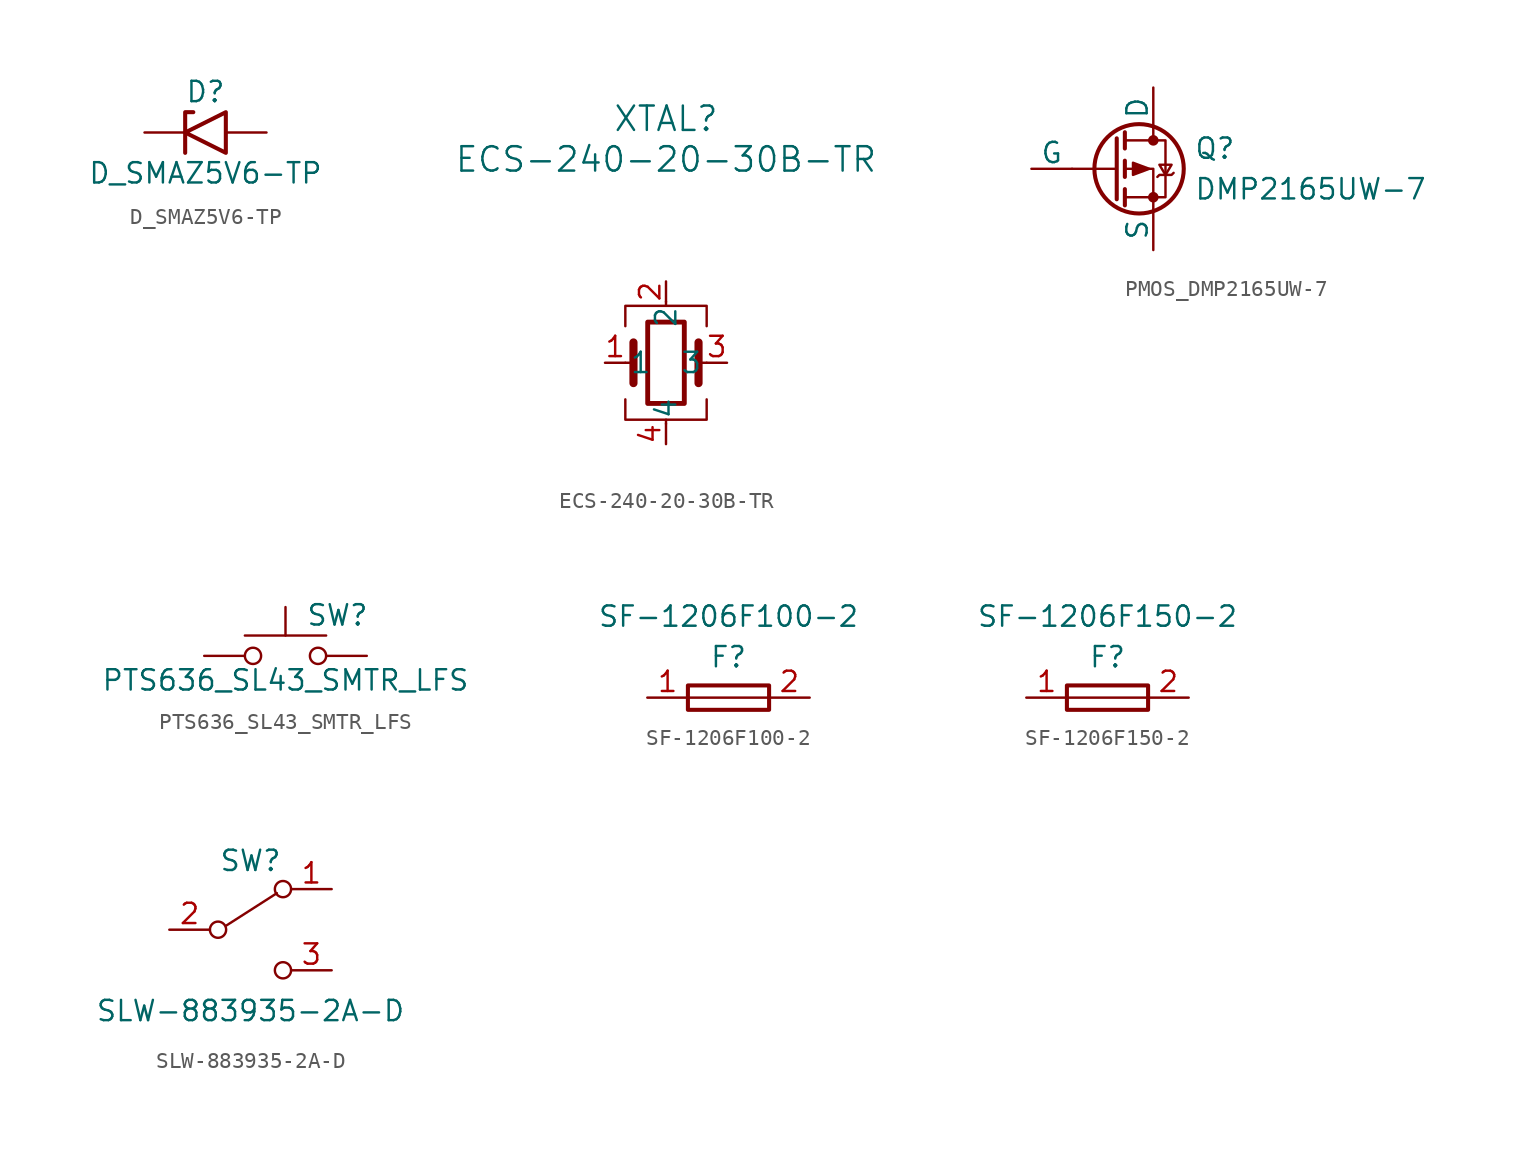
<source format=kicad_sym>
(kicad_symbol_lib
  (version 20220914)
  (generator kicad_symbol_editor)
  (symbol "D_SMAZ5V6-TP"
    (pin_numbers hide)
    (pin_names
      (offset 1.016) hide)
    (property "Reference" "D"
      (at 0 2.54 0)
      (effects (font (size 1.27 1.27))))
    (property "Value" "D_SMAZ5V6-TP"
      (at 0 -2.54 0)
      (effects (font (size 1.27 1.27))))
    (symbol "D_SMAZ5V6-TP_0_1"
      (polyline (pts (xy -0.762 1.27) (xy -1.27 1.27) (xy -1.27 -1.27)) (stroke (width 0.254) (type default)) (fill (type none)))
      (polyline (pts (xy 1.27 1.27) (xy 1.27 -1.27) (xy -1.27 0) (xy 1.27 1.27)) (stroke (width 0.254) (type default)) (fill (type none))))
    (symbol "D_SMAZ5V6-TP_1_1"
      (pin passive line (at -3.81 0 0) (length 2.54) (name "A1" (effects (font (size 1.27 1.27)))) (number "1" (effects (font (size 1.27 1.27)))))
      (pin passive line (at 3.81 0 180) (length 2.54) (name "A2" (effects (font (size 1.27 1.27)))) (number "2" (effects (font (size 1.27 1.27)))))))
  (symbol "ECS-240-20-30B-TR"
    (pin_names
      (offset 0.254))
    (property "Reference" "XTAL"
      (at 0 15.24 0)
      (effects (font (size 1.524 1.524))))
    (property "Value" "ECS-240-20-30B-TR"
      (at 0 12.7 0)
      (effects (font (size 1.524 1.524))))
    (symbol "ECS-240-20-30B-TR_0_1"
      (rectangle (start -1.143 2.54) (end 1.143 -2.54) (stroke (width 0.305) (type default)) (fill (type none)))
      (polyline (pts (xy -2.54 0) (xy -2.032 0)) (stroke (width 0) (type default)) (fill (type none)))
      (polyline (pts (xy -2.032 -1.27) (xy -2.032 1.27)) (stroke (width 0.508) (type default)) (fill (type none)))
      (polyline (pts (xy 0 -3.81) (xy 0 -3.556)) (stroke (width 0) (type default)) (fill (type none)))
      (polyline (pts (xy 0 3.556) (xy 0 3.81)) (stroke (width 0) (type default)) (fill (type none)))
      (polyline (pts (xy 2.032 -1.27) (xy 2.032 1.27)) (stroke (width 0.508) (type default)) (fill (type none)))
      (polyline (pts (xy 2.032 0) (xy 2.54 0)) (stroke (width 0) (type default)) (fill (type none)))
      (polyline (pts (xy -2.54 -2.286) (xy -2.54 -3.556) (xy 2.54 -3.556) (xy 2.54 -2.286)) (stroke (width 0) (type default)) (fill (type none)))
      (polyline (pts (xy -2.54 2.286) (xy -2.54 3.556) (xy 2.54 3.556) (xy 2.54 2.286)) (stroke (width 0) (type default)) (fill (type none))))
    (symbol "ECS-240-20-30B-TR_1_1"
      (pin passive line (at -3.81 0 0) (length 1.27) (name "1" (effects (font (size 1.27 1.27)))) (number "1" (effects (font (size 1.27 1.27)))))
      (pin passive line (at 0 5.08 270) (length 1.27) (name "2" (effects (font (size 1.27 1.27)))) (number "2" (effects (font (size 1.27 1.27)))))
      (pin passive line (at 3.81 0 180) (length 1.27) (name "3" (effects (font (size 1.27 1.27)))) (number "3" (effects (font (size 1.27 1.27)))))
      (pin passive line (at 0 -5.08 90) (length 1.27) (name "4" (effects (font (size 1.27 1.27)))) (number "4" (effects (font (size 1.27 1.27)))))))
  (symbol "PMOS_DMP2165UW-7"
    (pin_numbers hide)
    (pin_names
      (offset 0))
    (property "Reference" "Q"
      (at 5.08 1.27 0)
      (effects (font (size 1.27 1.27)) (justify left)))
    (property "Value" "DMP2165UW-7"
      (at 5.08 -1.27 0)
      (effects (font (size 1.27 1.27)) (justify left)))
    (symbol "PMOS_DMP2165UW-7_0_1"
      (polyline (pts (xy 0.254 0) (xy -2.54 0)) (stroke (width 0) (type default)) (fill (type none)))
      (polyline (pts (xy 0.254 1.905) (xy 0.254 -1.905)) (stroke (width 0.254) (type default)) (fill (type none)))
      (polyline (pts (xy 0.762 -1.27) (xy 0.762 -2.286)) (stroke (width 0.254) (type default)) (fill (type none)))
      (polyline (pts (xy 0.762 0.508) (xy 0.762 -0.508)) (stroke (width 0.254) (type default)) (fill (type none)))
      (polyline (pts (xy 0.762 2.286) (xy 0.762 1.27)) (stroke (width 0.254) (type default)) (fill (type none)))
      (polyline (pts (xy 2.54 2.54) (xy 2.54 1.778)) (stroke (width 0) (type default)) (fill (type none)))
      (polyline (pts (xy 2.54 -2.54) (xy 2.54 0) (xy 0.762 0)) (stroke (width 0) (type default)) (fill (type none)))
      (polyline (pts (xy 0.762 1.778) (xy 3.302 1.778) (xy 3.302 -1.778) (xy 0.762 -1.778)) (stroke (width 0) (type default)) (fill (type none)))
      (polyline (pts (xy 2.286 0) (xy 1.27 0.381) (xy 1.27 -0.381) (xy 2.286 0)) (stroke (width 0) (type default)) (fill (type outline)))
      (polyline (pts (xy 2.794 -0.508) (xy 2.921 -0.381) (xy 3.683 -0.381) (xy 3.81 -0.254)) (stroke (width 0) (type default)) (fill (type none)))
      (polyline (pts (xy 3.302 -0.381) (xy 2.921 0.254) (xy 3.683 0.254) (xy 3.302 -0.381)) (stroke (width 0) (type default)) (fill (type none)))
      (circle (center 1.651 0) (radius 2.794) (stroke (width 0.254) (type default)) (fill (type none)))
      (circle (center 2.54 -1.778) (radius 0.254) (stroke (width 0) (type default)) (fill (type outline)))
      (circle (center 2.54 1.778) (radius 0.254) (stroke (width 0) (type default)) (fill (type outline))))
    (symbol "PMOS_DMP2165UW-7_1_1"
      (pin input line (at -5.08 0 0) (length 2.54) (name "G" (effects (font (size 1.27 1.27)))) (number "1" (effects (font (size 1.27 1.27)))))
      (pin passive line (at 2.54 -5.08 90) (length 2.54) (name "S" (effects (font (size 1.27 1.27)))) (number "2" (effects (font (size 1.27 1.27)))))
      (pin passive line (at 2.54 5.08 270) (length 2.54) (name "D" (effects (font (size 1.27 1.27)))) (number "3" (effects (font (size 1.27 1.27)))))))
  (symbol "PTS636_SL43_SMTR_LFS"
    (pin_numbers hide)
    (pin_names
      (offset 1.016) hide)
    (property "Reference" "SW"
      (at 1.27 2.54 0)
      (effects (font (size 1.27 1.27)) (justify left)))
    (property "Value" "PTS636_SL43_SMTR_LFS"
      (at 0 -1.524 0)
      (effects (font (size 1.27 1.27))))
    (symbol "PTS636_SL43_SMTR_LFS_0_1"
      (circle (center -2.032 0) (radius 0.508) (stroke (width 0) (type default)) (fill (type none)))
      (polyline (pts (xy 0 1.27) (xy 0 3.048)) (stroke (width 0) (type default)) (fill (type none)))
      (polyline (pts (xy 2.54 1.27) (xy -2.54 1.27)) (stroke (width 0) (type default)) (fill (type none)))
      (circle (center 2.032 0) (radius 0.508) (stroke (width 0) (type default)) (fill (type none)))
      (pin passive line (at -5.08 0 0) (length 2.54) (name "1" (effects (font (size 1.27 1.27)))) (number "1" (effects (font (size 1.27 1.27)))))
      (pin passive line (at 5.08 0 180) (length 2.54) (name "2" (effects (font (size 1.27 1.27)))) (number "2" (effects (font (size 1.27 1.27)))))))
  (symbol "SF-1206F100-2"
    (property "Reference" "F"
      (at 0 2.54 0)
      (effects (font (size 1.27 1.27))))
    (property "Value" "SF-1206F100-2"
      (at 0 5.08 0)
      (effects (font (size 1.27 1.27))))
    (symbol "SF-1206F100-2_0_1"
      (polyline (pts (xy -2.54 0) (xy 2.54 0)) (stroke (width 0) (type default)) (fill (type none)))
      (rectangle (start 2.54 -0.762) (end -2.54 0.762) (stroke (width 0.254) (type default)) (fill (type none))))
    (symbol "SF-1206F100-2_1_1"
      (pin passive line (at -5.08 0 0) (length 2.54) (name "" (effects (font (size 1.27 1.27)))) (number "1" (effects (font (size 1.27 1.27)))))
      (pin passive line (at 5.08 0 180) (length 2.54) (name "" (effects (font (size 1.27 1.27)))) (number "2" (effects (font (size 1.27 1.27)))))))
  (symbol "SF-1206F150-2"
    (property "Reference" "F"
      (at 0 2.54 0)
      (effects (font (size 1.27 1.27))))
    (property "Value" "SF-1206F150-2"
      (at 0 5.08 0)
      (effects (font (size 1.27 1.27))))
    (symbol "SF-1206F150-2_0_1"
      (polyline (pts (xy -2.54 0) (xy 2.54 0)) (stroke (width 0) (type default)) (fill (type none)))
      (rectangle (start 2.54 -0.762) (end -2.54 0.762) (stroke (width 0.254) (type default)) (fill (type none))))
    (symbol "SF-1206F150-2_1_1"
      (pin passive line (at -5.08 0 0) (length 2.54) (name "" (effects (font (size 1.27 1.27)))) (number "1" (effects (font (size 1.27 1.27)))))
      (pin passive line (at 5.08 0 180) (length 2.54) (name "" (effects (font (size 1.27 1.27)))) (number "2" (effects (font (size 1.27 1.27)))))))
  (symbol "SLW-883935-2A-D"
    (pin_names
      (offset 0) hide)
    (property "Reference" "SW"
      (at 0 4.318 0)
      (effects (font (size 1.27 1.27))))
    (property "Value" "SLW-883935-2A-D"
      (at 0 -5.08 0)
      (effects (font (size 1.27 1.27))))
    (symbol "SLW-883935-2A-D_0_0"
      (circle (center -2.032 0) (radius 0.508) (stroke (width 0) (type default)) (fill (type none)))
      (circle (center 2.032 -2.54) (radius 0.508) (stroke (width 0) (type default)) (fill (type none))))
    (symbol "SLW-883935-2A-D_0_1"
      (polyline (pts (xy -1.524 0.254) (xy 1.651 2.286)) (stroke (width 0) (type default)) (fill (type none)))
      (circle (center 2.032 2.54) (radius 0.508) (stroke (width 0) (type default)) (fill (type none))))
    (symbol "SLW-883935-2A-D_1_1"
      (pin passive line (at 5.08 2.54 180) (length 2.54) (name "A" (effects (font (size 1.27 1.27)))) (number "1" (effects (font (size 1.27 1.27)))))
      (pin passive line (at -5.08 0 0) (length 2.54) (name "B" (effects (font (size 1.27 1.27)))) (number "2" (effects (font (size 1.27 1.27)))))
      (pin passive line (at 5.08 -2.54 180) (length 2.54) (name "C" (effects (font (size 1.27 1.27)))) (number "3" (effects (font (size 1.27 1.27))))))))
</source>
